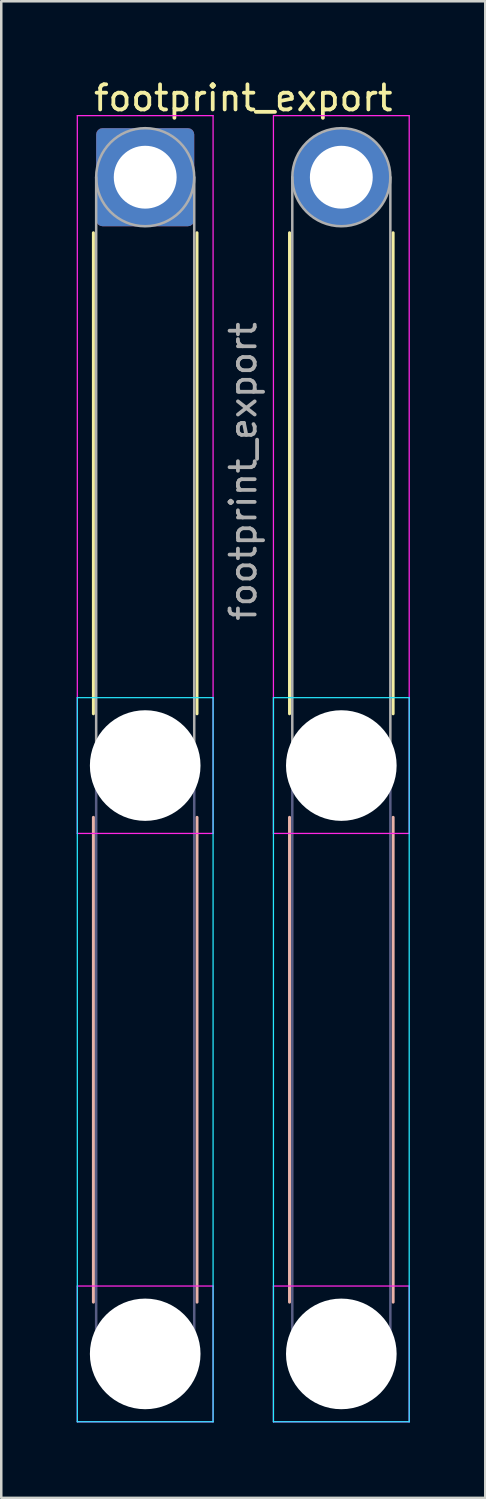
<source format=kicad_pcb>
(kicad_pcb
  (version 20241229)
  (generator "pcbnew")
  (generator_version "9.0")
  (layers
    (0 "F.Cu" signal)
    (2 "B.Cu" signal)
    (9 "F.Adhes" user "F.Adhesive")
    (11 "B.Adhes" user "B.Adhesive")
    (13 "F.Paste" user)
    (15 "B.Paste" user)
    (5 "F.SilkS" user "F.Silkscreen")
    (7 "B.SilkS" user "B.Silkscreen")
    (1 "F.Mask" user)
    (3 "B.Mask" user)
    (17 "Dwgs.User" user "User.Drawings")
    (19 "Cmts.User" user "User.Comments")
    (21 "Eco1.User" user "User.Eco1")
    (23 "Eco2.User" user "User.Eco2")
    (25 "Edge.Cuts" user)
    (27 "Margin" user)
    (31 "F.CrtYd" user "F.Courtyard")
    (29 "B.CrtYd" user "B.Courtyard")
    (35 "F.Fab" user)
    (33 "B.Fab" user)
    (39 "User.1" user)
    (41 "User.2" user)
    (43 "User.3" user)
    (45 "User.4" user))
  (footprint "footprint_export"
    (layer "F.Cu")
    (at 2.725 3.998)
    (property "Reference" "footprint_export" (at 3.9 -3.15 0) (layer "F.SilkS") (effects (font (size 1 1) (thickness 0.15))))
    (attr exclude_from_pos_files exclude_from_bom)
    (fp_line (start -2.06 2.21) (end -2.06 21.34) (stroke (width 0.12) (type solid)) (layer "F.SilkS"))
    (fp_line (start 2.06 2.21) (end 2.06 21.34) (stroke (width 0.12) (type solid)) (layer "F.SilkS"))
    (fp_line (start 5.74 2.21) (end 5.74 21.34) (stroke (width 0.12) (type solid)) (layer "F.SilkS"))
    (fp_line (start 9.86 2.21) (end 9.86 21.34) (stroke (width 0.12) (type solid)) (layer "F.SilkS"))
    (fp_line (start -2.06 25.46) (end -2.06 44.74) (stroke (width 0.12) (type solid)) (layer "B.SilkS"))
    (fp_line (start 2.06 25.46) (end 2.06 44.74) (stroke (width 0.12) (type solid)) (layer "B.SilkS"))
    (fp_line (start 5.74 25.46) (end 5.74 44.74) (stroke (width 0.12) (type solid)) (layer "B.SilkS"))
    (fp_line (start 9.86 25.46) (end 9.86 44.74) (stroke (width 0.12) (type solid)) (layer "B.SilkS"))
    (fp_line (start -2.7 20.7) (end -2.7 49.5) (stroke (width 0.05) (type solid)) (layer "B.CrtYd"))
    (fp_line (start -2.7 49.5) (end 2.7 49.5) (stroke (width 0.05) (type solid)) (layer "B.CrtYd"))
    (fp_line (start 2.7 20.7) (end -2.7 20.7) (stroke (width 0.05) (type solid)) (layer "B.CrtYd"))
    (fp_line (start 2.7 49.5) (end 2.7 20.7) (stroke (width 0.05) (type solid)) (layer "B.CrtYd"))
    (fp_line (start 5.1 20.7) (end 5.1 49.5) (stroke (width 0.05) (type solid)) (layer "B.CrtYd"))
    (fp_line (start 5.1 49.5) (end 10.5 49.5) (stroke (width 0.05) (type solid)) (layer "B.CrtYd"))
    (fp_line (start 10.5 20.7) (end 5.1 20.7) (stroke (width 0.05) (type solid)) (layer "B.CrtYd"))
    (fp_line (start 10.5 49.5) (end 10.5 20.7) (stroke (width 0.05) (type solid)) (layer "B.CrtYd"))
    (fp_line (start -2.7 -2.45) (end -2.7 26.1) (stroke (width 0.05) (type solid)) (layer "F.CrtYd"))
    (fp_line (start -2.7 26.1) (end 2.7 26.1) (stroke (width 0.05) (type solid)) (layer "F.CrtYd"))
    (fp_line (start -2.7 44.1) (end -2.7 49.5) (stroke (width 0.05) (type solid)) (layer "F.CrtYd"))
    (fp_line (start -2.7 49.5) (end 2.7 49.5) (stroke (width 0.05) (type solid)) (layer "F.CrtYd"))
    (fp_line (start 2.7 -2.45) (end -2.7 -2.45) (stroke (width 0.05) (type solid)) (layer "F.CrtYd"))
    (fp_line (start 2.7 26.1) (end 2.7 -2.45) (stroke (width 0.05) (type solid)) (layer "F.CrtYd"))
    (fp_line (start 2.7 44.1) (end -2.7 44.1) (stroke (width 0.05) (type solid)) (layer "F.CrtYd"))
    (fp_line (start 2.7 49.5) (end 2.7 44.1) (stroke (width 0.05) (type solid)) (layer "F.CrtYd"))
    (fp_line (start 5.1 -2.45) (end 5.1 26.1) (stroke (width 0.05) (type solid)) (layer "F.CrtYd"))
    (fp_line (start 5.1 26.1) (end 10.5 26.1) (stroke (width 0.05) (type solid)) (layer "F.CrtYd"))
    (fp_line (start 5.1 44.1) (end 5.1 49.5) (stroke (width 0.05) (type solid)) (layer "F.CrtYd"))
    (fp_line (start 5.1 49.5) (end 10.5 49.5) (stroke (width 0.05) (type solid)) (layer "F.CrtYd"))
    (fp_line (start 10.5 -2.45) (end 5.1 -2.45) (stroke (width 0.05) (type solid)) (layer "F.CrtYd"))
    (fp_line (start 10.5 26.1) (end 10.5 -2.45) (stroke (width 0.05) (type solid)) (layer "F.CrtYd"))
    (fp_line (start 10.5 44.1) (end 5.1 44.1) (stroke (width 0.05) (type solid)) (layer "F.CrtYd"))
    (fp_line (start 10.5 49.5) (end 10.5 44.1) (stroke (width 0.05) (type solid)) (layer "F.CrtYd"))
    (fp_line (start -1.95 23.4) (end -1.95 46.8) (stroke (width 0.1) (type solid)) (layer "B.Fab"))
    (fp_line (start 1.95 23.4) (end 1.95 46.8) (stroke (width 0.1) (type solid)) (layer "B.Fab"))
    (fp_line (start 5.85 23.4) (end 5.85 46.8) (stroke (width 0.1) (type solid)) (layer "B.Fab"))
    (fp_line (start 9.75 23.4) (end 9.75 46.8) (stroke (width 0.1) (type solid)) (layer "B.Fab"))
    (fp_circle (center 0 23.4) (end 1.95 23.4) (stroke (width 0.1) (type solid)) (fill no) (layer "B.Fab"))
    (fp_circle (center 0 46.8) (end 1.95 46.8) (stroke (width 0.1) (type solid)) (fill no) (layer "B.Fab"))
    (fp_circle (center 7.8 23.4) (end 9.75 23.4) (stroke (width 0.1) (type solid)) (fill no) (layer "B.Fab"))
    (fp_circle (center 7.8 46.8) (end 9.75 46.8) (stroke (width 0.1) (type solid)) (fill no) (layer "B.Fab"))
    (fp_line (start -1.95 0) (end -1.95 23.4) (stroke (width 0.1) (type solid)) (layer "F.Fab"))
    (fp_line (start 1.95 0) (end 1.95 23.4) (stroke (width 0.1) (type solid)) (layer "F.Fab"))
    (fp_line (start 5.85 0) (end 5.85 23.4) (stroke (width 0.1) (type solid)) (layer "F.Fab"))
    (fp_line (start 9.75 0) (end 9.75 23.4) (stroke (width 0.1) (type solid)) (layer "F.Fab"))
    (fp_circle (center 0 0) (end 1.95 0) (stroke (width 0.1) (type solid)) (fill no) (layer "F.Fab"))
    (fp_circle (center 0 23.4) (end 1.95 23.4) (stroke (width 0.1) (type solid)) (fill no) (layer "F.Fab"))
    (fp_circle (center 0 46.8) (end 1.95 46.8) (stroke (width 0.1) (type solid)) (fill no) (layer "F.Fab"))
    (fp_circle (center 7.8 0) (end 9.75 0) (stroke (width 0.1) (type solid)) (fill no) (layer "F.Fab"))
    (fp_circle (center 7.8 23.4) (end 9.75 23.4) (stroke (width 0.1) (type solid)) (fill no) (layer "F.Fab"))
    (fp_circle (center 7.8 46.8) (end 9.75 46.8) (stroke (width 0.1) (type solid)) (fill no) (layer "F.Fab"))
    (fp_text user "${REFERENCE}" (at 3.9 11.7 90) (layer "F.Fab") (effects (font (size 1 1) (thickness 0.15))))
    (pad "" np_thru_hole circle (at 0 23.4) (size 4.4 4.4) (drill 4.4) (layers "*.Cu" "*.Mask"))
    (pad "" np_thru_hole circle (at 0 46.8) (size 4.4 4.4) (drill 4.4) (layers "*.Cu" "*.Mask"))
    (pad "" np_thru_hole circle (at 7.8 23.4) (size 4.4 4.4) (drill 4.4) (layers "*.Cu" "*.Mask"))
    (pad "" np_thru_hole circle (at 7.8 46.8) (size 4.4 4.4) (drill 4.4) (layers "*.Cu" "*.Mask"))
    (pad "1" thru_hole roundrect (at 0 0) (size 3.9 3.9) (drill 2.5) (layers "*.Cu" "*.Mask") (roundrect_rratio 0.064))
    (pad "2" thru_hole circle (at 7.8 0) (size 3.9 3.9) (drill 2.5) (layers "*.Cu" "*.Mask")))
  (gr_rect
    (start -3 -3)
    (end 16.25 56.523)
    (stroke (width 0.1) (type default))
    (fill no)
    (layer "Edge.Cuts")))
</source>
